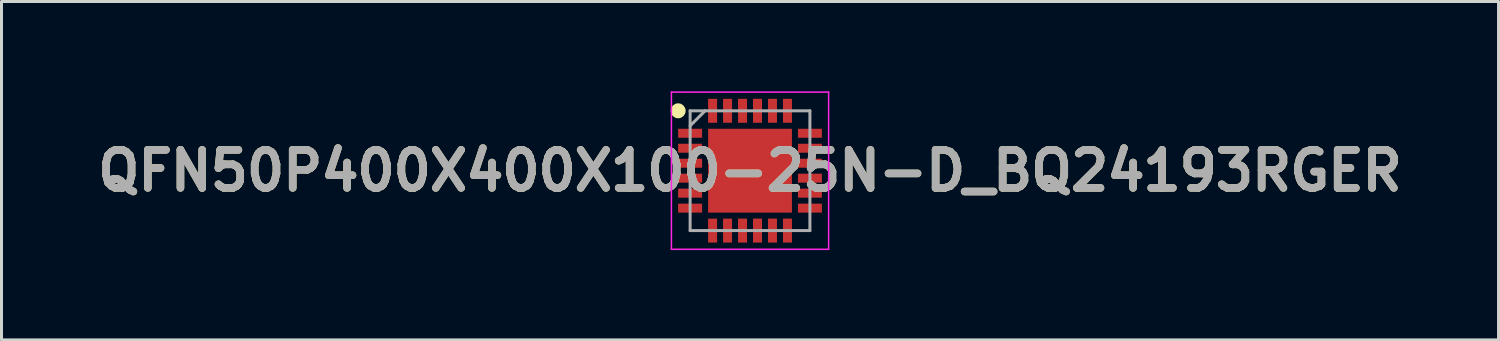
<source format=kicad_pcb>
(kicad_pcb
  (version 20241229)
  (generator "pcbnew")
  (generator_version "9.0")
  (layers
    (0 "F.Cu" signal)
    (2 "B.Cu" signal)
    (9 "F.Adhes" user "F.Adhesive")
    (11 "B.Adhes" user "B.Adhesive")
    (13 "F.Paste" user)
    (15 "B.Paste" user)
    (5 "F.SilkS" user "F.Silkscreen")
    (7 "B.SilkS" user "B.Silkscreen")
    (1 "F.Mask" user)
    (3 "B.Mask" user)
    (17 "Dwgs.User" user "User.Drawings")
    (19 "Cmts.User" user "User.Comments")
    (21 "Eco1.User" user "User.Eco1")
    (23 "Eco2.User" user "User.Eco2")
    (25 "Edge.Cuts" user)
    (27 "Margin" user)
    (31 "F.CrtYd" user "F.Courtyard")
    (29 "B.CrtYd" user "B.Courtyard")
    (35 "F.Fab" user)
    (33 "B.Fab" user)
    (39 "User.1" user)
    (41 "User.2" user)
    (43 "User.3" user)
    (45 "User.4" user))
  (footprint "QFN50P400X400X100-25N-D_BQ24193RGER"
    (layer "F.Cu")
    (at 21.995 2.65)
    (property "Reference" "QFN50P400X400X100-25N-D_BQ24193RGER" (at 0 0 0) (layer "F.SilkS") (effects (font (size 1.27 1.27) (thickness 0.254))))
    (attr smd)
    (fp_circle (center -2.4 -2) (end -2.4 -1.875) (stroke (width 0.25) (type solid)) (fill no) (layer "F.SilkS"))
    (fp_line (start -2.625 -2.625) (end 2.625 -2.625) (stroke (width 0.05) (type solid)) (layer "F.CrtYd"))
    (fp_line (start -2.625 2.625) (end -2.625 -2.625) (stroke (width 0.05) (type solid)) (layer "F.CrtYd"))
    (fp_line (start 2.625 -2.625) (end 2.625 2.625) (stroke (width 0.05) (type solid)) (layer "F.CrtYd"))
    (fp_line (start 2.625 2.625) (end -2.625 2.625) (stroke (width 0.05) (type solid)) (layer "F.CrtYd"))
    (fp_line (start -2 -2) (end 2 -2) (stroke (width 0.1) (type solid)) (layer "F.Fab"))
    (fp_line (start -2 -1.5) (end -1.5 -2) (stroke (width 0.1) (type solid)) (layer "F.Fab"))
    (fp_line (start -2 2) (end -2 -2) (stroke (width 0.1) (type solid)) (layer "F.Fab"))
    (fp_line (start 2 -2) (end 2 2) (stroke (width 0.1) (type solid)) (layer "F.Fab"))
    (fp_line (start 2 2) (end -2 2) (stroke (width 0.1) (type solid)) (layer "F.Fab"))
    (fp_text user "${REFERENCE}" (at 0 0 0) (layer "F.Fab") (effects (font (size 1.27 1.27) (thickness 0.254))))
    (pad "1" smd rect (at -2 -1.25 90) (size 0.3 0.8) (layers "F.Cu" "F.Mask" "F.Paste"))
    (pad "2" smd rect (at -2 -0.75 90) (size 0.3 0.8) (layers "F.Cu" "F.Mask" "F.Paste"))
    (pad "3" smd rect (at -2 -0.25 90) (size 0.3 0.8) (layers "F.Cu" "F.Mask" "F.Paste"))
    (pad "4" smd rect (at -2 0.25 90) (size 0.3 0.8) (layers "F.Cu" "F.Mask" "F.Paste"))
    (pad "5" smd rect (at -2 0.75 90) (size 0.3 0.8) (layers "F.Cu" "F.Mask" "F.Paste"))
    (pad "6" smd rect (at -2 1.25 90) (size 0.3 0.8) (layers "F.Cu" "F.Mask" "F.Paste"))
    (pad "7" smd rect (at -1.25 2) (size 0.3 0.8) (layers "F.Cu" "F.Mask" "F.Paste"))
    (pad "8" smd rect (at -0.75 2) (size 0.3 0.8) (layers "F.Cu" "F.Mask" "F.Paste"))
    (pad "9" smd rect (at -0.25 2) (size 0.3 0.8) (layers "F.Cu" "F.Mask" "F.Paste"))
    (pad "10" smd rect (at 0.25 2) (size 0.3 0.8) (layers "F.Cu" "F.Mask" "F.Paste"))
    (pad "11" smd rect (at 0.75 2) (size 0.3 0.8) (layers "F.Cu" "F.Mask" "F.Paste"))
    (pad "12" smd rect (at 1.25 2) (size 0.3 0.8) (layers "F.Cu" "F.Mask" "F.Paste"))
    (pad "13" smd rect (at 2 1.25 90) (size 0.3 0.8) (layers "F.Cu" "F.Mask" "F.Paste"))
    (pad "14" smd rect (at 2 0.75 90) (size 0.3 0.8) (layers "F.Cu" "F.Mask" "F.Paste"))
    (pad "15" smd rect (at 2 0.25 90) (size 0.3 0.8) (layers "F.Cu" "F.Mask" "F.Paste"))
    (pad "16" smd rect (at 2 -0.25 90) (size 0.3 0.8) (layers "F.Cu" "F.Mask" "F.Paste"))
    (pad "17" smd rect (at 2 -0.75 90) (size 0.3 0.8) (layers "F.Cu" "F.Mask" "F.Paste"))
    (pad "18" smd rect (at 2 -1.25 90) (size 0.3 0.8) (layers "F.Cu" "F.Mask" "F.Paste"))
    (pad "19" smd rect (at 1.25 -2) (size 0.3 0.8) (layers "F.Cu" "F.Mask" "F.Paste"))
    (pad "20" smd rect (at 0.75 -2) (size 0.3 0.8) (layers "F.Cu" "F.Mask" "F.Paste"))
    (pad "21" smd rect (at 0.25 -2) (size 0.3 0.8) (layers "F.Cu" "F.Mask" "F.Paste"))
    (pad "22" smd rect (at -0.25 -2) (size 0.3 0.8) (layers "F.Cu" "F.Mask" "F.Paste"))
    (pad "23" smd rect (at -0.75 -2) (size 0.3 0.8) (layers "F.Cu" "F.Mask" "F.Paste"))
    (pad "24" smd rect (at -1.25 -2) (size 0.3 0.8) (layers "F.Cu" "F.Mask" "F.Paste"))
    (pad "25" smd rect (at 0 0) (size 2.8 2.8) (layers "F.Cu" "F.Mask" "F.Paste")))
  (gr_rect
    (start -3 -3)
    (end 46.99 8.3)
    (stroke (width 0.1) (type default))
    (fill no)
    (layer "Edge.Cuts")))
</source>
